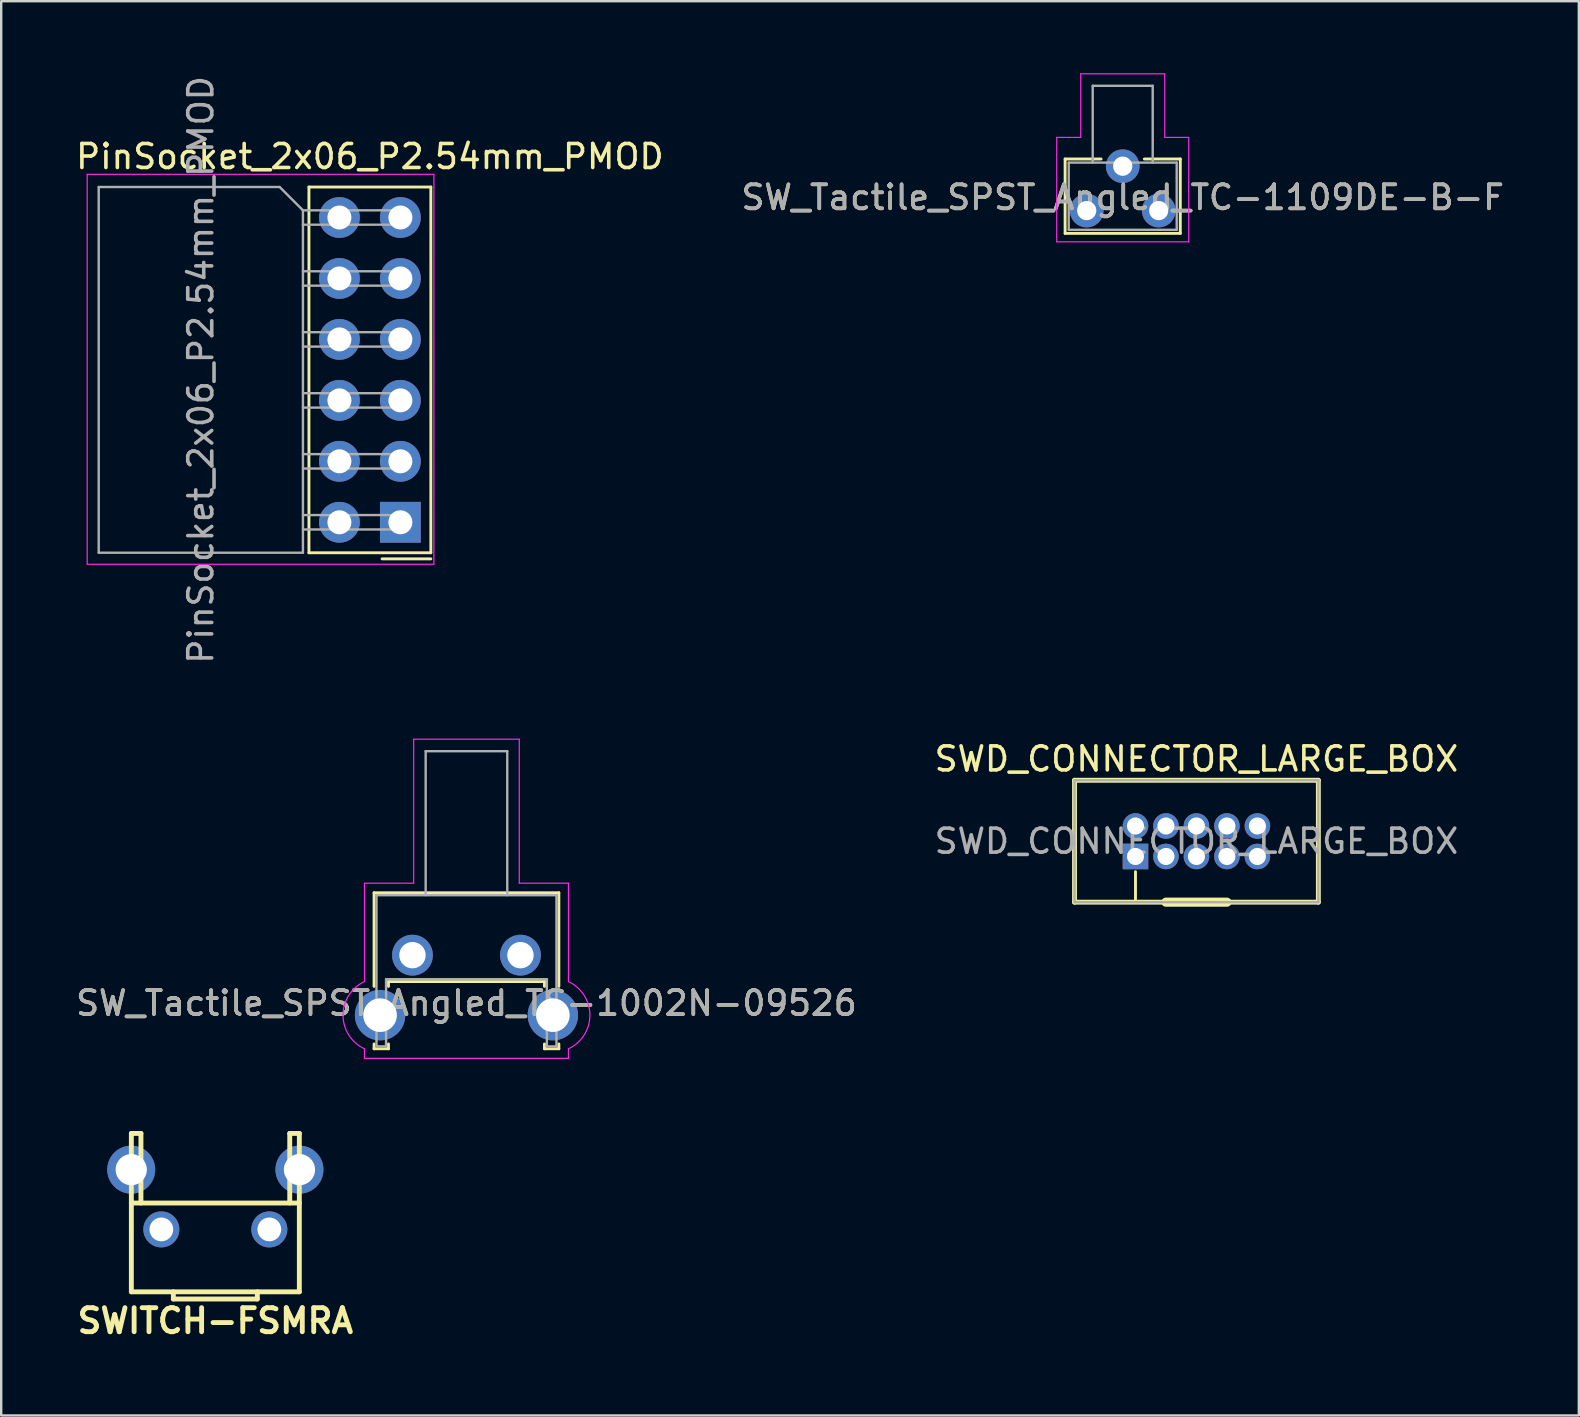
<source format=kicad_pcb>
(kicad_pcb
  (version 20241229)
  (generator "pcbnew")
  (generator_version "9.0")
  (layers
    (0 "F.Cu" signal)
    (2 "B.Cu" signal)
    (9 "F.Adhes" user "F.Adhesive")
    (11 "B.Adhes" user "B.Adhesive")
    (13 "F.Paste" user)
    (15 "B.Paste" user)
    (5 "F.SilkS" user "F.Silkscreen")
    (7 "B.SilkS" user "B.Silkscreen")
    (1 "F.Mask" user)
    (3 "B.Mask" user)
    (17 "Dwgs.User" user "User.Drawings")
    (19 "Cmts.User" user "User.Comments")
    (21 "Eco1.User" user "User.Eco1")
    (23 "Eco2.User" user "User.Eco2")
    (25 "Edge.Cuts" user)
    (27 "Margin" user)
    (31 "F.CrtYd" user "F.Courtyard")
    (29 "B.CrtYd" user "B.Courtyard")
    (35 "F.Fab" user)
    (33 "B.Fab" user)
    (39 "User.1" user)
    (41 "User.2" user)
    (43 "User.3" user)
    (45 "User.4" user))
  (footprint "SWD_CONNECTOR_LARGE_BOX"
    (layer "F.Cu")
    (at 46.804 32.003)
    (property "Reference" "SWD_CONNECTOR_LARGE_BOX" (at 0 -3.429 0) (layer "F.SilkS") (effects (font (size 1 1) (thickness 0.15))))
    (attr through_hole)
    (fp_line (start -5.08 -2.54) (end -5.08 2.54) (stroke (width 0.203) (type solid)) (layer "F.SilkS"))
    (fp_line (start -5.08 2.54) (end 5.08 2.54) (stroke (width 0.203) (type solid)) (layer "F.SilkS"))
    (fp_line (start -2.54 2.54) (end -2.54 1.27) (stroke (width 0.12) (type solid)) (layer "F.SilkS"))
    (fp_line (start -1.27 2.54) (end 1.27 2.54) (stroke (width 0.381) (type solid)) (layer "F.SilkS"))
    (fp_line (start 5.08 -2.54) (end -5.08 -2.54) (stroke (width 0.203) (type solid)) (layer "F.SilkS"))
    (fp_line (start 5.08 -2.54) (end 5.08 2.54) (stroke (width 0.203) (type solid)) (layer "F.SilkS"))
    (fp_line (start -5.08 -2.54) (end 5.08 -2.54) (stroke (width 0.1) (type solid)) (layer "F.Fab"))
    (fp_line (start -5.08 2.54) (end -5.08 -2.54) (stroke (width 0.1) (type solid)) (layer "F.Fab"))
    (fp_line (start 5.08 -2.54) (end 5.08 2.54) (stroke (width 0.1) (type solid)) (layer "F.Fab"))
    (fp_line (start 5.08 2.54) (end -5.08 2.54) (stroke (width 0.1) (type solid)) (layer "F.Fab"))
    (fp_text user "${REFERENCE}" (at 0 0 0) (layer "F.Fab") (effects (font (size 1 1) (thickness 0.15))))
    (pad "1" thru_hole rect (at -2.54 0.635) (size 1.067 1.067) (drill 0.711) (layers "*.Cu" "*.Mask"))
    (pad "2" thru_hole circle (at -2.54 -0.635) (size 1.067 1.067) (drill 0.711) (layers "*.Cu" "*.Mask"))
    (pad "3" thru_hole circle (at -1.27 0.635) (size 1.067 1.067) (drill 0.711) (layers "*.Cu" "*.Mask"))
    (pad "4" thru_hole circle (at -1.27 -0.635) (size 1.067 1.067) (drill 0.711) (layers "*.Cu" "*.Mask"))
    (pad "5" thru_hole circle (at 0 0.635) (size 1.067 1.067) (drill 0.711) (layers "*.Cu" "*.Mask"))
    (pad "6" thru_hole circle (at 0 -0.635) (size 1.067 1.067) (drill 0.711) (layers "*.Cu" "*.Mask"))
    (pad "7" thru_hole circle (at 1.27 0.635) (size 1.067 1.067) (drill 0.711) (layers "*.Cu" "*.Mask"))
    (pad "8" thru_hole circle (at 1.27 -0.635) (size 1.067 1.067) (drill 0.711) (layers "*.Cu" "*.Mask"))
    (pad "9" thru_hole circle (at 2.54 0.635) (size 1.067 1.067) (drill 0.711) (layers "*.Cu" "*.Mask"))
    (pad "10" thru_hole circle (at 2.54 -0.635) (size 1.067 1.067) (drill 0.711) (layers "*.Cu" "*.Mask")))
  (footprint "SW_Tactile_SPST_Angled_TS-1002N-09526"
    (layer "F.Cu")
    (at 14.137 36.751)
    (property "Reference" "SW_Tactile_SPST_Angled_TS-1002N-09526" (at 2.25 2 0) (layer "F.SilkS") (effects (font (size 1 1) (thickness 0.15))))
    (attr through_hole)
    (fp_line (start -1.6 -2.6) (end 6.1 -2.6) (stroke (width 0.12) (type solid)) (layer "F.SilkS"))
    (fp_line (start -1.6 1.3) (end -1.6 -2.6) (stroke (width 0.12) (type solid)) (layer "F.SilkS"))
    (fp_line (start -1.6 3.7) (end -1.6 3.9) (stroke (width 0.12) (type solid)) (layer "F.SilkS"))
    (fp_line (start -1.6 3.9) (end -1 3.9) (stroke (width 0.12) (type solid)) (layer "F.SilkS"))
    (fp_line (start -1 1.1) (end 5.5 1.1) (stroke (width 0.12) (type solid)) (layer "F.SilkS"))
    (fp_line (start -1 1.3) (end -1 1.1) (stroke (width 0.12) (type solid)) (layer "F.SilkS"))
    (fp_line (start -1 3.9) (end -1 3.7) (stroke (width 0.12) (type solid)) (layer "F.SilkS"))
    (fp_line (start 5.5 1.1) (end 5.5 1.3) (stroke (width 0.12) (type solid)) (layer "F.SilkS"))
    (fp_line (start 5.5 3.7) (end 5.5 3.9) (stroke (width 0.12) (type solid)) (layer "F.SilkS"))
    (fp_line (start 5.5 3.9) (end 6.1 3.9) (stroke (width 0.12) (type solid)) (layer "F.SilkS"))
    (fp_line (start 6.1 1.3) (end 6.1 -2.6) (stroke (width 0.12) (type solid)) (layer "F.SilkS"))
    (fp_line (start 6.1 3.9) (end 6.1 3.7) (stroke (width 0.12) (type solid)) (layer "F.SilkS"))
    (fp_line (start -2 -3) (end -2 1.1) (stroke (width 0.05) (type solid)) (layer "F.CrtYd"))
    (fp_line (start -2 3.9) (end -2 4.3) (stroke (width 0.05) (type solid)) (layer "F.CrtYd"))
    (fp_line (start -2 4.3) (end 6.5 4.3) (stroke (width 0.05) (type solid)) (layer "F.CrtYd"))
    (fp_line (start 0.05 -9) (end 0.05 -3) (stroke (width 0.05) (type solid)) (layer "F.CrtYd"))
    (fp_line (start 0.05 -3) (end -2 -3) (stroke (width 0.05) (type solid)) (layer "F.CrtYd"))
    (fp_line (start 4.45 -9) (end 0.05 -9) (stroke (width 0.05) (type solid)) (layer "F.CrtYd"))
    (fp_line (start 4.45 -3) (end 4.45 -9) (stroke (width 0.05) (type solid)) (layer "F.CrtYd"))
    (fp_line (start 6.5 -3) (end 4.45 -3) (stroke (width 0.05) (type solid)) (layer "F.CrtYd"))
    (fp_line (start 6.5 1.1) (end 6.5 -3) (stroke (width 0.05) (type solid)) (layer "F.CrtYd"))
    (fp_line (start 6.5 3.9) (end 6.5 4.3) (stroke (width 0.05) (type solid)) (layer "F.CrtYd"))
    (fp_arc (start -2 3.899999) (mid -2.893534 2.5) (end -1.999999 1.100001) (stroke (width 0.05) (type solid)) (layer "F.CrtYd"))
    (fp_arc (start 6.5 1.100001) (mid 7.393534 2.5) (end 6.499999 3.899999) (stroke (width 0.05) (type solid)) (layer "F.CrtYd"))
    (fp_line (start -1.5 -2.5) (end -1.5 3.8) (stroke (width 0.1) (type solid)) (layer "F.Fab"))
    (fp_line (start -1.5 -2.5) (end 6 -2.5) (stroke (width 0.1) (type solid)) (layer "F.Fab"))
    (fp_line (start -1.5 3.8) (end -1.1 3.8) (stroke (width 0.1) (type solid)) (layer "F.Fab"))
    (fp_line (start -1.1 3.8) (end -1.1 1) (stroke (width 0.1) (type solid)) (layer "F.Fab"))
    (fp_line (start 0.55 -8.5) (end 0.55 -2.5) (stroke (width 0.1) (type solid)) (layer "F.Fab"))
    (fp_line (start 0.55 -8.5) (end 3.95 -8.5) (stroke (width 0.1) (type solid)) (layer "F.Fab"))
    (fp_line (start 3.95 -8.5) (end 3.95 -2.5) (stroke (width 0.1) (type solid)) (layer "F.Fab"))
    (fp_line (start 5.6 1) (end -1.1 1) (stroke (width 0.1) (type solid)) (layer "F.Fab"))
    (fp_line (start 5.6 3.8) (end 5.6 1) (stroke (width 0.1) (type solid)) (layer "F.Fab"))
    (fp_line (start 6 -2.5) (end 6 3.8) (stroke (width 0.1) (type solid)) (layer "F.Fab"))
    (fp_line (start 6 3.8) (end 5.6 3.8) (stroke (width 0.1) (type solid)) (layer "F.Fab"))
    (fp_text user "${REFERENCE}" (at 2.25 2 0) (layer "F.Fab") (effects (font (size 1 1) (thickness 0.15))))
    (pad "" thru_hole circle (at -1.35 2.5) (size 2.1 2.1) (drill 1.4) (layers "*.Cu" "*.Mask"))
    (pad "" thru_hole circle (at 5.85 2.5) (size 2.1 2.1) (drill 1.4) (layers "*.Cu" "*.Mask"))
    (pad "1" thru_hole circle (at 0 0) (size 1.7 1.7) (drill 1.1) (layers "*.Cu" "*.Mask"))
    (pad "2" thru_hole circle (at 4.5 0) (size 1.7 1.7) (drill 1.1) (layers "*.Cu" "*.Mask")))
  (footprint "SW_Tactile_SPST_Angled_TC-1109DE-B-F"
    (layer "F.Cu")
    (at 45.232 5.725)
    (property "Reference" "SW_Tactile_SPST_Angled_TC-1109DE-B-F" (at -1.5 -0.55 0) (layer "F.SilkS") (effects (font (size 1 1) (thickness 0.15))))
    (attr through_hole)
    (fp_line (start -3.9 -2.15) (end -2.4 -2.15) (stroke (width 0.12) (type solid)) (layer "F.SilkS"))
    (fp_line (start -3.9 0.95) (end -3.9 -2.15) (stroke (width 0.12) (type solid)) (layer "F.SilkS"))
    (fp_line (start 0.9 -2.15) (end -0.6 -2.15) (stroke (width 0.12) (type solid)) (layer "F.SilkS"))
    (fp_line (start 0.9 -2.15) (end 0.9 0.95) (stroke (width 0.12) (type solid)) (layer "F.SilkS"))
    (fp_line (start 0.9 0.95) (end -3.9 0.95) (stroke (width 0.12) (type solid)) (layer "F.SilkS"))
    (fp_line (start -4.25 -3.05) (end -4.25 1.3) (stroke (width 0.05) (type solid)) (layer "F.CrtYd"))
    (fp_line (start -4.25 1.3) (end 1.25 1.3) (stroke (width 0.05) (type solid)) (layer "F.CrtYd"))
    (fp_line (start -3.25 -5.7) (end -3.25 -3.05) (stroke (width 0.05) (type solid)) (layer "F.CrtYd"))
    (fp_line (start -3.25 -3.05) (end -4.25 -3.05) (stroke (width 0.05) (type solid)) (layer "F.CrtYd"))
    (fp_line (start 0.25 -5.7) (end -3.25 -5.7) (stroke (width 0.05) (type solid)) (layer "F.CrtYd"))
    (fp_line (start 0.25 -3.05) (end 0.25 -5.7) (stroke (width 0.05) (type solid)) (layer "F.CrtYd"))
    (fp_line (start 1.25 -3.05) (end 0.25 -3.05) (stroke (width 0.05) (type solid)) (layer "F.CrtYd"))
    (fp_line (start 1.25 1.3) (end 1.25 -3.05) (stroke (width 0.05) (type solid)) (layer "F.CrtYd"))
    (fp_line (start -3.75 -2) (end 0.75 -2) (stroke (width 0.1) (type solid)) (layer "F.Fab"))
    (fp_line (start -3.75 0.8) (end -3.75 -2) (stroke (width 0.1) (type solid)) (layer "F.Fab"))
    (fp_line (start -2.75 -2) (end -2.75 -5.2) (stroke (width 0.1) (type solid)) (layer "F.Fab"))
    (fp_line (start -0.25 -5.2) (end -2.75 -5.2) (stroke (width 0.1) (type solid)) (layer "F.Fab"))
    (fp_line (start -0.25 -2) (end -0.25 -5.2) (stroke (width 0.1) (type solid)) (layer "F.Fab"))
    (fp_line (start 0.75 -2) (end 0.75 0.8) (stroke (width 0.1) (type solid)) (layer "F.Fab"))
    (fp_line (start 0.75 0.8) (end -3.75 0.8) (stroke (width 0.1) (type solid)) (layer "F.Fab"))
    (fp_text user "${REFERENCE}" (at -1.5 -0.55 0) (layer "F.Fab") (effects (font (size 1 1) (thickness 0.15))))
    (pad "1" thru_hole circle (at 0 0) (size 1.4 1.4) (drill 0.8) (layers "*.Cu" "*.Mask"))
    (pad "2" thru_hole circle (at -3 0) (size 1.4 1.4) (drill 0.8) (layers "*.Cu" "*.Mask"))
    (pad "3" thru_hole circle (at -1.5 -1.85) (size 1.4 1.4) (drill 0.8) (layers "*.Cu" "*.Mask")))
  (footprint "PinSocket_2x06_P2.54mm_PMOD"
    (layer "F.Cu")
    (at 13.633 18.713)
    (property "Reference" "PinSocket_2x06_P2.54mm_PMOD" (at -1.27 -15.24 0) (layer "F.SilkS") (effects (font (size 1 1) (thickness 0.15))))
    (attr through_hole)
    (fp_line (start -3.81 -13.97) (end 1.27 -13.97) (stroke (width 0.12) (type solid)) (layer "F.SilkS"))
    (fp_line (start -3.81 1.27) (end -3.81 -13.97) (stroke (width 0.12) (type solid)) (layer "F.SilkS"))
    (fp_line (start 1.27 -13.97) (end 1.27 1.27) (stroke (width 0.12) (type solid)) (layer "F.SilkS"))
    (fp_line (start 1.27 1.27) (end -3.81 1.27) (stroke (width 0.12) (type solid)) (layer "F.SilkS"))
    (fp_line (start 1.27 1.524) (end -0.762 1.524) (stroke (width 0.12) (type solid)) (layer "F.SilkS"))
    (fp_line (start -13.05 -14.5) (end -13.05 1.75) (stroke (width 0.05) (type solid)) (layer "F.CrtYd"))
    (fp_line (start -13.05 1.75) (end 1.397 1.75) (stroke (width 0.05) (type solid)) (layer "F.CrtYd"))
    (fp_line (start 1.397 -14.5) (end -13.05 -14.5) (stroke (width 0.05) (type solid)) (layer "F.CrtYd"))
    (fp_line (start 1.397 1.75) (end 1.397 -14.5) (stroke (width 0.05) (type solid)) (layer "F.CrtYd"))
    (fp_line (start -12.57 -13.97) (end -5.03 -13.97) (stroke (width 0.1) (type solid)) (layer "F.Fab"))
    (fp_line (start -12.57 1.27) (end -12.57 -13.97) (stroke (width 0.1) (type solid)) (layer "F.Fab"))
    (fp_line (start -5.03 -13.97) (end -4.06 -13) (stroke (width 0.1) (type solid)) (layer "F.Fab"))
    (fp_line (start -4.06 -13) (end -4.06 1.27) (stroke (width 0.1) (type solid)) (layer "F.Fab"))
    (fp_line (start -4.06 -12.4) (end 0 -12.4) (stroke (width 0.1) (type solid)) (layer "F.Fab"))
    (fp_line (start -4.06 -9.86) (end 0 -9.86) (stroke (width 0.1) (type solid)) (layer "F.Fab"))
    (fp_line (start -4.06 -7.32) (end 0 -7.32) (stroke (width 0.1) (type solid)) (layer "F.Fab"))
    (fp_line (start -4.06 -4.78) (end 0 -4.78) (stroke (width 0.1) (type solid)) (layer "F.Fab"))
    (fp_line (start -4.06 -2.24) (end 0 -2.24) (stroke (width 0.1) (type solid)) (layer "F.Fab"))
    (fp_line (start -4.06 0.3) (end 0 0.3) (stroke (width 0.1) (type solid)) (layer "F.Fab"))
    (fp_line (start -4.06 1.27) (end -12.57 1.27) (stroke (width 0.1) (type solid)) (layer "F.Fab"))
    (fp_line (start 0 -13) (end -4.06 -13) (stroke (width 0.1) (type solid)) (layer "F.Fab"))
    (fp_line (start 0 -12.4) (end 0 -13) (stroke (width 0.1) (type solid)) (layer "F.Fab"))
    (fp_line (start 0 -10.46) (end -4.06 -10.46) (stroke (width 0.1) (type solid)) (layer "F.Fab"))
    (fp_line (start 0 -9.86) (end 0 -10.46) (stroke (width 0.1) (type solid)) (layer "F.Fab"))
    (fp_line (start 0 -7.92) (end -4.06 -7.92) (stroke (width 0.1) (type solid)) (layer "F.Fab"))
    (fp_line (start 0 -7.32) (end 0 -7.92) (stroke (width 0.1) (type solid)) (layer "F.Fab"))
    (fp_line (start 0 -5.38) (end -4.06 -5.38) (stroke (width 0.1) (type solid)) (layer "F.Fab"))
    (fp_line (start 0 -4.78) (end 0 -5.38) (stroke (width 0.1) (type solid)) (layer "F.Fab"))
    (fp_line (start 0 -2.84) (end -4.06 -2.84) (stroke (width 0.1) (type solid)) (layer "F.Fab"))
    (fp_line (start 0 -2.24) (end 0 -2.84) (stroke (width 0.1) (type solid)) (layer "F.Fab"))
    (fp_line (start 0 -0.3) (end -4.06 -0.3) (stroke (width 0.1) (type solid)) (layer "F.Fab"))
    (fp_line (start 0 0.3) (end 0 -0.3) (stroke (width 0.1) (type solid)) (layer "F.Fab"))
    (fp_text user "${REFERENCE}" (at -8.315 -6.35 90) (layer "F.Fab") (effects (font (size 1 1) (thickness 0.15))))
    (pad "1" thru_hole rect (at 0 0 180) (size 1.7 1.7) (drill 1) (layers "*.Cu" "*.Mask"))
    (pad "2" thru_hole oval (at 0 -2.54 180) (size 1.7 1.7) (drill 1) (layers "*.Cu" "*.Mask"))
    (pad "3" thru_hole oval (at 0 -5.08 180) (size 1.7 1.7) (drill 1) (layers "*.Cu" "*.Mask"))
    (pad "4" thru_hole oval (at 0 -7.62 180) (size 1.7 1.7) (drill 1) (layers "*.Cu" "*.Mask"))
    (pad "5" thru_hole oval (at 0 -10.16 180) (size 1.7 1.7) (drill 1) (layers "*.Cu" "*.Mask"))
    (pad "6" thru_hole oval (at 0 -12.7 180) (size 1.7 1.7) (drill 1) (layers "*.Cu" "*.Mask"))
    (pad "7" thru_hole oval (at -2.54 0 180) (size 1.7 1.7) (drill 1) (layers "*.Cu" "*.Mask"))
    (pad "8" thru_hole oval (at -2.54 -2.54 180) (size 1.7 1.7) (drill 1) (layers "*.Cu" "*.Mask"))
    (pad "9" thru_hole oval (at -2.54 -5.08 180) (size 1.7 1.7) (drill 1) (layers "*.Cu" "*.Mask"))
    (pad "10" thru_hole oval (at -2.54 -7.62 180) (size 1.7 1.7) (drill 1) (layers "*.Cu" "*.Mask"))
    (pad "11" thru_hole oval (at -2.54 -10.16 180) (size 1.7 1.7) (drill 1) (layers "*.Cu" "*.Mask"))
    (pad "12" thru_hole oval (at -2.54 -12.7 180) (size 1.7 1.7) (drill 1) (layers "*.Cu" "*.Mask")))
  (footprint "SWITCH-FSMRA"
    (layer "F.Cu")
    (at 5.923 48.178)
    (property "Reference" "SWITCH-FSMRA" (at 0 3.81 0) (layer "F.SilkS") (effects (font (size 1.001 1.001) (thickness 0.203))))
    (attr through_hole)
    (fp_line (start -3.5 -4) (end -3.1 -4) (stroke (width 0.203) (type solid)) (layer "F.SilkS"))
    (fp_line (start -3.5 -1.1) (end 3.5 -1.1) (stroke (width 0.203) (type solid)) (layer "F.SilkS"))
    (fp_line (start -3.5 2.6) (end -3.5 -4) (stroke (width 0.203) (type solid)) (layer "F.SilkS"))
    (fp_line (start -3.5 2.6) (end 3.5 2.6) (stroke (width 0.203) (type solid)) (layer "F.SilkS"))
    (fp_line (start -3.1 -4) (end -3.1 -1.1) (stroke (width 0.203) (type solid)) (layer "F.SilkS"))
    (fp_line (start -1.75 2.6) (end -1.75 2.9) (stroke (width 0.203) (type solid)) (layer "F.SilkS"))
    (fp_line (start -1.75 2.9) (end 1.75 2.9) (stroke (width 0.203) (type solid)) (layer "F.SilkS"))
    (fp_line (start 1.75 2.9) (end 1.75 2.6) (stroke (width 0.203) (type solid)) (layer "F.SilkS"))
    (fp_line (start 3.1 -4) (end 3.1 -1.1) (stroke (width 0.203) (type solid)) (layer "F.SilkS"))
    (fp_line (start 3.5 -4) (end 3.1 -4) (stroke (width 0.203) (type solid)) (layer "F.SilkS"))
    (fp_line (start 3.5 -4) (end 3.5 2.6) (stroke (width 0.203) (type solid)) (layer "F.SilkS"))
    (pad "1" thru_hole circle (at -2.25 0) (size 1.5 1.5) (drill 0.99) (layers "*.Cu" "*.Mask"))
    (pad "2" thru_hole circle (at 2.25 0) (size 1.5 1.5) (drill 0.99) (layers "*.Cu" "*.Mask"))
    (pad "~" thru_hole circle (at -3.505 -2.49) (size 2 2) (drill 1.3) (layers "*.Cu" "*.Mask"))
    (pad "~" thru_hole circle (at 3.505 -2.49) (size 2 2) (drill 1.3) (layers "*.Cu" "*.Mask")))
  (gr_rect
    (start -3 -3)
    (end 62.738 55.93)
    (stroke (width 0.1) (type default))
    (fill no)
    (layer "Edge.Cuts")))
</source>
